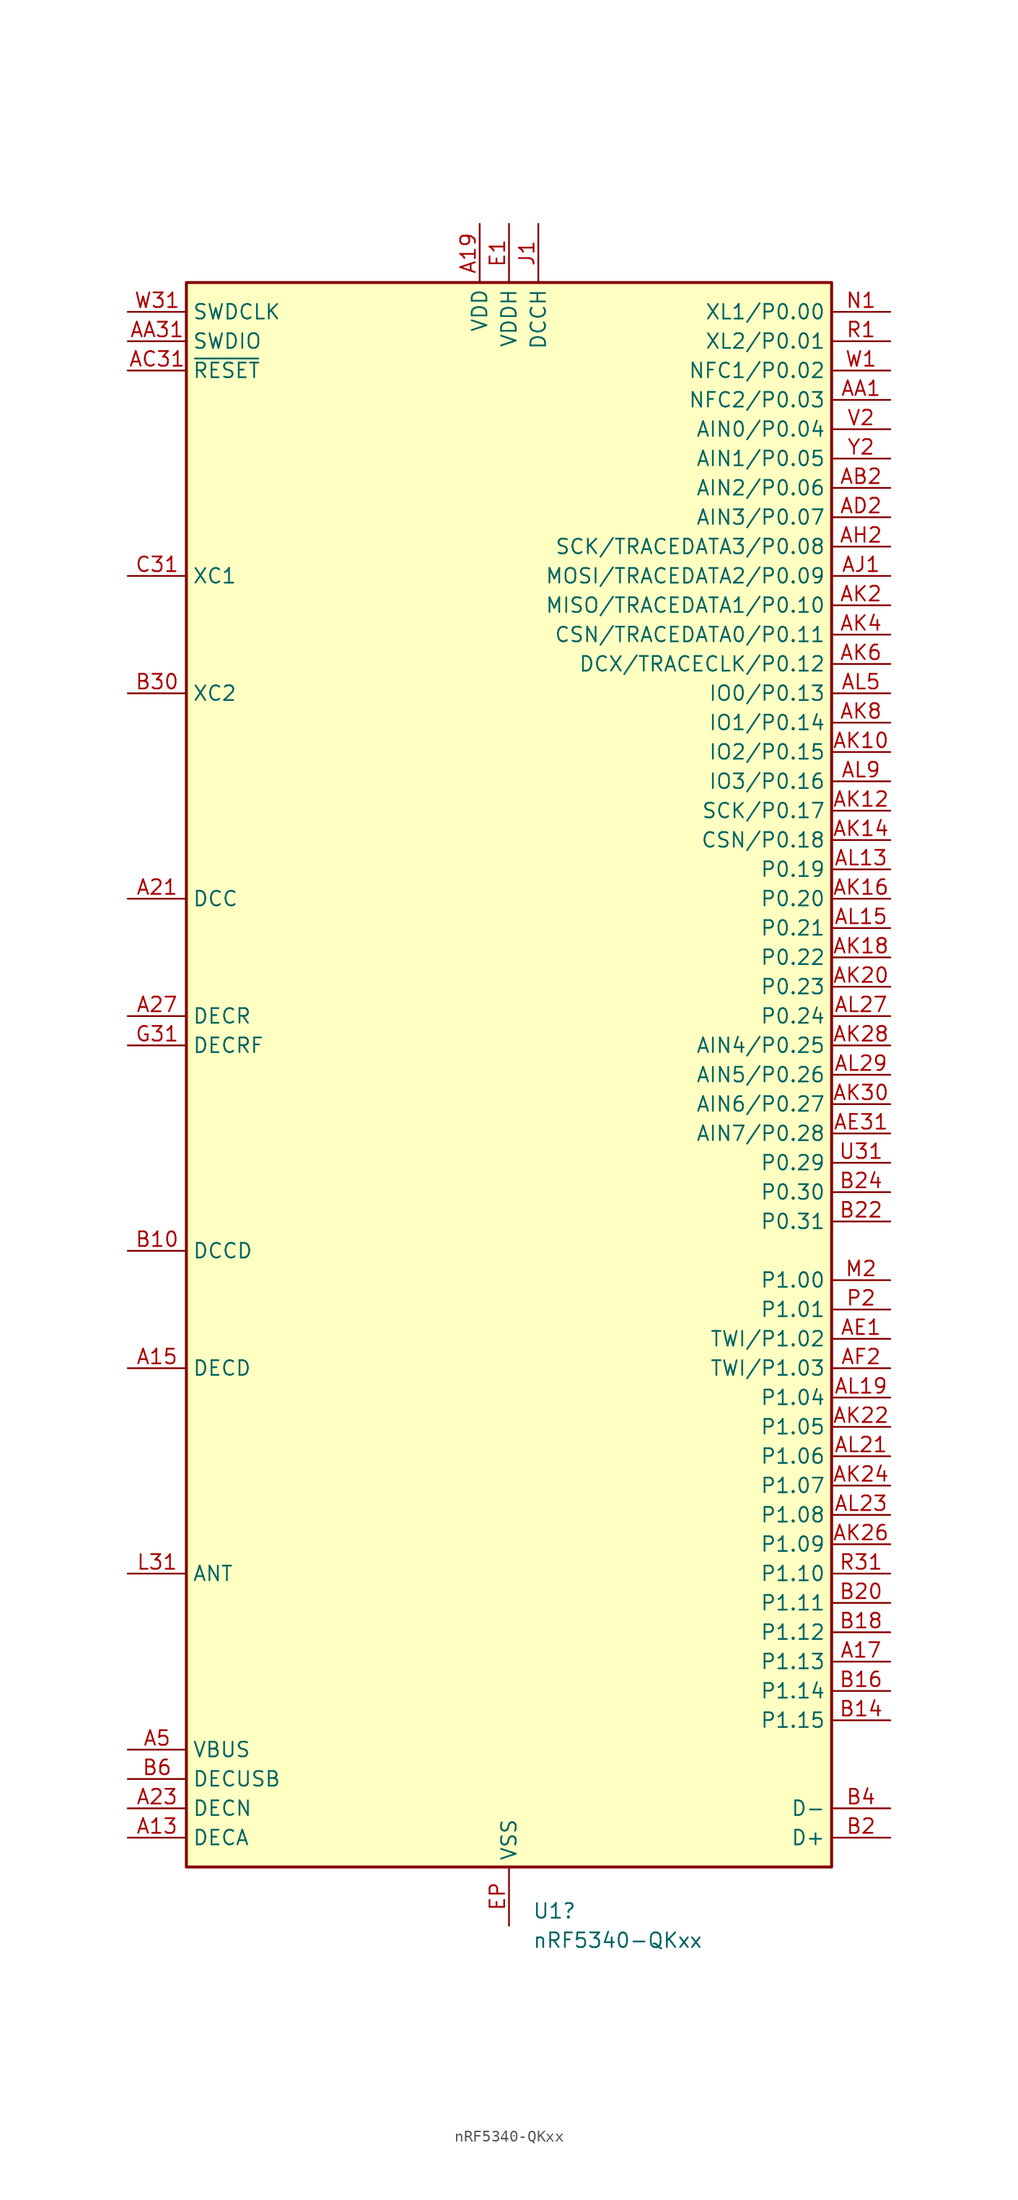
<source format=kicad_sym>
(kicad_symbol_lib
  (version 20231120)
  (generator "kicad_symbol_editor")
  (generator_version "8.0")
  (symbol "nRF5340-QKxx"
    (property "Reference" "U1"
      (at 2.019 -72.39 0)
      (effects (font (size 1.27 1.27)) (justify left)))
    (property "Value" "nRF5340-QKxx"
      (at 2.019 -74.93 0)
      (effects (font (size 1.27 1.27)) (justify left)))
    (symbol "nRF5340-QKxx_0_1"
      (rectangle (start -27.94 68.58) (end 27.94 -68.58) (stroke (width 0.254) (type default)) (fill (type background))))
    (symbol "nRF5340-QKxx_1_1"
      (pin passive line (at -33.02 -66.04 0) (length 5.08) (name "DECA" (effects (font (size 1.27 1.27)))) (number "A13" (effects (font (size 1.27 1.27)))))
      (pin passive line (at -33.02 -25.4 0) (length 5.08) (name "DECD" (effects (font (size 1.27 1.27)))) (number "A15" (effects (font (size 1.27 1.27)))))
      (pin bidirectional line (at 33.02 -50.8 180) (length 5.08) (name "P1.13" (effects (font (size 1.27 1.27)))) (number "A17" (effects (font (size 1.27 1.27)))))
      (pin power_in line (at -2.54 73.66 270) (length 5.08) (name "VDD" (effects (font (size 1.27 1.27)))) (number "A19" (effects (font (size 1.27 1.27)))))
      (pin power_out line (at -33.02 15.24 0) (length 5.08) (name "DCC" (effects (font (size 1.27 1.27)))) (number "A21" (effects (font (size 1.27 1.27)))))
      (pin passive line (at -33.02 -63.5 0) (length 5.08) (name "DECN" (effects (font (size 1.27 1.27)))) (number "A23" (effects (font (size 1.27 1.27)))))
      (pin no_connect line (at -27.94 58.42 0) (length 5.08) hide (name "NC" (effects (font (size 1.27 1.27)))) (number "A25" (effects (font (size 1.27 1.27)))))
      (pin passive line (at -33.02 5.08 0) (length 5.08) (name "DECR" (effects (font (size 1.27 1.27)))) (number "A27" (effects (font (size 1.27 1.27)))))
      (pin power_in line (at -33.02 -58.42 0) (length 5.08) (name "VBUS" (effects (font (size 1.27 1.27)))) (number "A5" (effects (font (size 1.27 1.27)))))
      (pin bidirectional line (at 33.02 58.42 180) (length 5.08) (name "NFC2/P0.03" (effects (font (size 1.27 1.27)))) (number "AA1" (effects (font (size 1.27 1.27)))))
      (pin bidirectional line (at -33.02 63.5 0) (length 5.08) (name "SWDIO" (effects (font (size 1.27 1.27)))) (number "AA31" (effects (font (size 1.27 1.27)))))
      (pin bidirectional line (at 33.02 50.8 180) (length 5.08) (name "AIN2/P0.06" (effects (font (size 1.27 1.27)))) (number "AB2" (effects (font (size 1.27 1.27)))))
      (pin passive line (at -2.54 73.66 270) (length 5.08) hide (name "VDD" (effects (font (size 1.27 1.27)))) (number "AC1" (effects (font (size 1.27 1.27)))))
      (pin input line (at -33.02 60.96 0) (length 5.08) (name "~{RESET}" (effects (font (size 1.27 1.27)))) (number "AC31" (effects (font (size 1.27 1.27)))))
      (pin bidirectional line (at 33.02 48.26 180) (length 5.08) (name "AIN3/P0.07" (effects (font (size 1.27 1.27)))) (number "AD2" (effects (font (size 1.27 1.27)))))
      (pin bidirectional line (at 33.02 -22.86 180) (length 5.08) (name "TWI/P1.02" (effects (font (size 1.27 1.27)))) (number "AE1" (effects (font (size 1.27 1.27)))))
      (pin bidirectional line (at 33.02 -5.08 180) (length 5.08) (name "AIN7/P0.28" (effects (font (size 1.27 1.27)))) (number "AE31" (effects (font (size 1.27 1.27)))))
      (pin bidirectional line (at 33.02 -25.4 180) (length 5.08) (name "TWI/P1.03" (effects (font (size 1.27 1.27)))) (number "AF2" (effects (font (size 1.27 1.27)))))
      (pin passive line (at -2.54 73.66 270) (length 5.08) hide (name "VDD" (effects (font (size 1.27 1.27)))) (number "AG1" (effects (font (size 1.27 1.27)))))
      (pin no_connect line (at -27.94 27.94 0) (length 5.08) hide (name "NC" (effects (font (size 1.27 1.27)))) (number "AG31" (effects (font (size 1.27 1.27)))))
      (pin bidirectional line (at 33.02 45.72 180) (length 5.08) (name "SCK/TRACEDATA3/P0.08" (effects (font (size 1.27 1.27)))) (number "AH2" (effects (font (size 1.27 1.27)))))
      (pin bidirectional line (at 33.02 43.18 180) (length 5.08) (name "MOSI/TRACEDATA2/P0.09" (effects (font (size 1.27 1.27)))) (number "AJ1" (effects (font (size 1.27 1.27)))))
      (pin passive line (at -2.54 73.66 270) (length 5.08) hide (name "VDD" (effects (font (size 1.27 1.27)))) (number "AJ31" (effects (font (size 1.27 1.27)))))
      (pin bidirectional line (at 33.02 27.94 180) (length 5.08) (name "IO2/P0.15" (effects (font (size 1.27 1.27)))) (number "AK10" (effects (font (size 1.27 1.27)))))
      (pin bidirectional line (at 33.02 22.86 180) (length 5.08) (name "SCK/P0.17" (effects (font (size 1.27 1.27)))) (number "AK12" (effects (font (size 1.27 1.27)))))
      (pin bidirectional line (at 33.02 20.32 180) (length 5.08) (name "CSN/P0.18" (effects (font (size 1.27 1.27)))) (number "AK14" (effects (font (size 1.27 1.27)))))
      (pin bidirectional line (at 33.02 15.24 180) (length 5.08) (name "P0.20" (effects (font (size 1.27 1.27)))) (number "AK16" (effects (font (size 1.27 1.27)))))
      (pin bidirectional line (at 33.02 10.16 180) (length 5.08) (name "P0.22" (effects (font (size 1.27 1.27)))) (number "AK18" (effects (font (size 1.27 1.27)))))
      (pin bidirectional line (at 33.02 40.64 180) (length 5.08) (name "MISO/TRACEDATA1/P0.10" (effects (font (size 1.27 1.27)))) (number "AK2" (effects (font (size 1.27 1.27)))))
      (pin bidirectional line (at 33.02 7.62 180) (length 5.08) (name "P0.23" (effects (font (size 1.27 1.27)))) (number "AK20" (effects (font (size 1.27 1.27)))))
      (pin bidirectional line (at 33.02 -30.48 180) (length 5.08) (name "P1.05" (effects (font (size 1.27 1.27)))) (number "AK22" (effects (font (size 1.27 1.27)))))
      (pin bidirectional line (at 33.02 -35.56 180) (length 5.08) (name "P1.07" (effects (font (size 1.27 1.27)))) (number "AK24" (effects (font (size 1.27 1.27)))))
      (pin bidirectional line (at 33.02 -40.64 180) (length 5.08) (name "P1.09" (effects (font (size 1.27 1.27)))) (number "AK26" (effects (font (size 1.27 1.27)))))
      (pin bidirectional line (at 33.02 2.54 180) (length 5.08) (name "AIN4/P0.25" (effects (font (size 1.27 1.27)))) (number "AK28" (effects (font (size 1.27 1.27)))))
      (pin bidirectional line (at 33.02 -2.54 180) (length 5.08) (name "AIN6/P0.27" (effects (font (size 1.27 1.27)))) (number "AK30" (effects (font (size 1.27 1.27)))))
      (pin bidirectional line (at 33.02 38.1 180) (length 5.08) (name "CSN/TRACEDATA0/P0.11" (effects (font (size 1.27 1.27)))) (number "AK4" (effects (font (size 1.27 1.27)))))
      (pin bidirectional line (at 33.02 35.56 180) (length 5.08) (name "DCX/TRACECLK/P0.12" (effects (font (size 1.27 1.27)))) (number "AK6" (effects (font (size 1.27 1.27)))))
      (pin bidirectional line (at 33.02 30.48 180) (length 5.08) (name "IO1/P0.14" (effects (font (size 1.27 1.27)))) (number "AK8" (effects (font (size 1.27 1.27)))))
      (pin passive line (at -2.54 73.66 270) (length 5.08) hide (name "VDD" (effects (font (size 1.27 1.27)))) (number "AL11" (effects (font (size 1.27 1.27)))))
      (pin bidirectional line (at 33.02 17.78 180) (length 5.08) (name "P0.19" (effects (font (size 1.27 1.27)))) (number "AL13" (effects (font (size 1.27 1.27)))))
      (pin bidirectional line (at 33.02 12.7 180) (length 5.08) (name "P0.21" (effects (font (size 1.27 1.27)))) (number "AL15" (effects (font (size 1.27 1.27)))))
      (pin passive line (at -2.54 73.66 270) (length 5.08) hide (name "VDD" (effects (font (size 1.27 1.27)))) (number "AL17" (effects (font (size 1.27 1.27)))))
      (pin bidirectional line (at 33.02 -27.94 180) (length 5.08) (name "P1.04" (effects (font (size 1.27 1.27)))) (number "AL19" (effects (font (size 1.27 1.27)))))
      (pin bidirectional line (at 33.02 -33.02 180) (length 5.08) (name "P1.06" (effects (font (size 1.27 1.27)))) (number "AL21" (effects (font (size 1.27 1.27)))))
      (pin bidirectional line (at 33.02 -38.1 180) (length 5.08) (name "P1.08" (effects (font (size 1.27 1.27)))) (number "AL23" (effects (font (size 1.27 1.27)))))
      (pin passive line (at -2.54 73.66 270) (length 5.08) hide (name "VDD" (effects (font (size 1.27 1.27)))) (number "AL25" (effects (font (size 1.27 1.27)))))
      (pin bidirectional line (at 33.02 5.08 180) (length 5.08) (name "P0.24" (effects (font (size 1.27 1.27)))) (number "AL27" (effects (font (size 1.27 1.27)))))
      (pin bidirectional line (at 33.02 0 180) (length 5.08) (name "AIN5/P0.26" (effects (font (size 1.27 1.27)))) (number "AL29" (effects (font (size 1.27 1.27)))))
      (pin passive line (at -2.54 73.66 270) (length 5.08) hide (name "VDD" (effects (font (size 1.27 1.27)))) (number "AL3" (effects (font (size 1.27 1.27)))))
      (pin bidirectional line (at 33.02 33.02 180) (length 5.08) (name "IO0/P0.13" (effects (font (size 1.27 1.27)))) (number "AL5" (effects (font (size 1.27 1.27)))))
      (pin passive line (at -2.54 73.66 270) (length 5.08) hide (name "VDD" (effects (font (size 1.27 1.27)))) (number "AL7" (effects (font (size 1.27 1.27)))))
      (pin bidirectional line (at 33.02 25.4 180) (length 5.08) (name "IO3/P0.16" (effects (font (size 1.27 1.27)))) (number "AL9" (effects (font (size 1.27 1.27)))))
      (pin power_out line (at -33.02 -15.24 0) (length 5.08) (name "DCCD" (effects (font (size 1.27 1.27)))) (number "B10" (effects (font (size 1.27 1.27)))))
      (pin no_connect line (at -27.94 55.88 0) (length 5.08) hide (name "NC" (effects (font (size 1.27 1.27)))) (number "B12" (effects (font (size 1.27 1.27)))))
      (pin bidirectional line (at 33.02 -55.88 180) (length 5.08) (name "P1.15" (effects (font (size 1.27 1.27)))) (number "B14" (effects (font (size 1.27 1.27)))))
      (pin bidirectional line (at 33.02 -53.34 180) (length 5.08) (name "P1.14" (effects (font (size 1.27 1.27)))) (number "B16" (effects (font (size 1.27 1.27)))))
      (pin bidirectional line (at 33.02 -48.26 180) (length 5.08) (name "P1.12" (effects (font (size 1.27 1.27)))) (number "B18" (effects (font (size 1.27 1.27)))))
      (pin bidirectional line (at 33.02 -66.04 180) (length 5.08) (name "D+" (effects (font (size 1.27 1.27)))) (number "B2" (effects (font (size 1.27 1.27)))))
      (pin bidirectional line (at 33.02 -45.72 180) (length 5.08) (name "P1.11" (effects (font (size 1.27 1.27)))) (number "B20" (effects (font (size 1.27 1.27)))))
      (pin bidirectional line (at 33.02 -12.7 180) (length 5.08) (name "P0.31" (effects (font (size 1.27 1.27)))) (number "B22" (effects (font (size 1.27 1.27)))))
      (pin bidirectional line (at 33.02 -10.16 180) (length 5.08) (name "P0.30" (effects (font (size 1.27 1.27)))) (number "B24" (effects (font (size 1.27 1.27)))))
      (pin no_connect line (at -27.94 53.34 0) (length 5.08) hide (name "NC" (effects (font (size 1.27 1.27)))) (number "B26" (effects (font (size 1.27 1.27)))))
      (pin passive line (at -2.54 73.66 270) (length 5.08) hide (name "VDD" (effects (font (size 1.27 1.27)))) (number "B28" (effects (font (size 1.27 1.27)))))
      (pin input line (at -33.02 33.02 0) (length 5.08) (name "XC2" (effects (font (size 1.27 1.27)))) (number "B30" (effects (font (size 1.27 1.27)))))
      (pin bidirectional line (at 33.02 -63.5 180) (length 5.08) (name "D-" (effects (font (size 1.27 1.27)))) (number "B4" (effects (font (size 1.27 1.27)))))
      (pin passive line (at -33.02 -60.96 0) (length 5.08) (name "DECUSB" (effects (font (size 1.27 1.27)))) (number "B6" (effects (font (size 1.27 1.27)))))
      (pin passive line (at -2.54 73.66 270) (length 5.08) hide (name "VDD" (effects (font (size 1.27 1.27)))) (number "B8" (effects (font (size 1.27 1.27)))))
      (pin passive line (at -2.54 73.66 270) (length 5.08) hide (name "VDD" (effects (font (size 1.27 1.27)))) (number "C1" (effects (font (size 1.27 1.27)))))
      (pin input line (at -33.02 43.18 0) (length 5.08) (name "XC1" (effects (font (size 1.27 1.27)))) (number "C31" (effects (font (size 1.27 1.27)))))
      (pin no_connect line (at -27.94 50.8 0) (length 5.08) hide (name "NC" (effects (font (size 1.27 1.27)))) (number "D2" (effects (font (size 1.27 1.27)))))
      (pin power_in line (at 0 73.66 270) (length 5.08) (name "VDDH" (effects (font (size 1.27 1.27)))) (number "E1" (effects (font (size 1.27 1.27)))))
      (pin passive line (at -2.54 73.66 270) (length 5.08) hide (name "VDD" (effects (font (size 1.27 1.27)))) (number "E31" (effects (font (size 1.27 1.27)))))
      (pin power_in line (at 0 -73.66 90) (length 5.08) (name "VSS" (effects (font (size 1.27 1.27)))) (number "EP" (effects (font (size 1.27 1.27)))))
      (pin no_connect line (at -27.94 48.26 0) (length 5.08) hide (name "NC" (effects (font (size 1.27 1.27)))) (number "F2" (effects (font (size 1.27 1.27)))))
      (pin no_connect line (at -27.94 45.72 0) (length 5.08) hide (name "NC" (effects (font (size 1.27 1.27)))) (number "G1" (effects (font (size 1.27 1.27)))))
      (pin passive line (at -33.02 2.54 0) (length 5.08) (name "DECRF" (effects (font (size 1.27 1.27)))) (number "G31" (effects (font (size 1.27 1.27)))))
      (pin no_connect line (at -27.94 40.64 0) (length 5.08) hide (name "NC" (effects (font (size 1.27 1.27)))) (number "H2" (effects (font (size 1.27 1.27)))))
      (pin passive line (at 2.54 73.66 270) (length 5.08) (name "DCCH" (effects (font (size 1.27 1.27)))) (number "J1" (effects (font (size 1.27 1.27)))))
      (pin no_connect line (at -27.94 38.1 0) (length 5.08) hide (name "NC" (effects (font (size 1.27 1.27)))) (number "J31" (effects (font (size 1.27 1.27)))))
      (pin no_connect line (at -27.94 35.56 0) (length 5.08) hide (name "NC" (effects (font (size 1.27 1.27)))) (number "K2" (effects (font (size 1.27 1.27)))))
      (pin passive line (at -2.54 73.66 270) (length 5.08) hide (name "VDD" (effects (font (size 1.27 1.27)))) (number "L1" (effects (font (size 1.27 1.27)))))
      (pin passive line (at -33.02 -43.18 0) (length 5.08) (name "ANT" (effects (font (size 1.27 1.27)))) (number "L31" (effects (font (size 1.27 1.27)))))
      (pin bidirectional line (at 33.02 -17.78 180) (length 5.08) (name "P1.00" (effects (font (size 1.27 1.27)))) (number "M2" (effects (font (size 1.27 1.27)))))
      (pin bidirectional line (at 33.02 66.04 180) (length 5.08) (name "XL1/P0.00" (effects (font (size 1.27 1.27)))) (number "N1" (effects (font (size 1.27 1.27)))))
      (pin passive line (at -2.54 73.66 270) (length 5.08) hide (name "VDD" (effects (font (size 1.27 1.27)))) (number "N31" (effects (font (size 1.27 1.27)))))
      (pin bidirectional line (at 33.02 -20.32 180) (length 5.08) (name "P1.01" (effects (font (size 1.27 1.27)))) (number "P2" (effects (font (size 1.27 1.27)))))
      (pin bidirectional line (at 33.02 63.5 180) (length 5.08) (name "XL2/P0.01" (effects (font (size 1.27 1.27)))) (number "R1" (effects (font (size 1.27 1.27)))))
      (pin bidirectional line (at 33.02 -43.18 180) (length 5.08) (name "P1.10" (effects (font (size 1.27 1.27)))) (number "R31" (effects (font (size 1.27 1.27)))))
      (pin no_connect line (at -27.94 30.48 0) (length 5.08) hide (name "NC" (effects (font (size 1.27 1.27)))) (number "T2" (effects (font (size 1.27 1.27)))))
      (pin passive line (at -2.54 73.66 270) (length 5.08) hide (name "VDD" (effects (font (size 1.27 1.27)))) (number "U1" (effects (font (size 1.27 1.27)))))
      (pin bidirectional line (at 33.02 -7.62 180) (length 5.08) (name "P0.29" (effects (font (size 1.27 1.27)))) (number "U31" (effects (font (size 1.27 1.27)))))
      (pin bidirectional line (at 33.02 55.88 180) (length 5.08) (name "AIN0/P0.04" (effects (font (size 1.27 1.27)))) (number "V2" (effects (font (size 1.27 1.27)))))
      (pin bidirectional line (at 33.02 60.96 180) (length 5.08) (name "NFC1/P0.02" (effects (font (size 1.27 1.27)))) (number "W1" (effects (font (size 1.27 1.27)))))
      (pin input line (at -33.02 66.04 0) (length 5.08) (name "SWDCLK" (effects (font (size 1.27 1.27)))) (number "W31" (effects (font (size 1.27 1.27)))))
      (pin bidirectional line (at 33.02 53.34 180) (length 5.08) (name "AIN1/P0.05" (effects (font (size 1.27 1.27)))) (number "Y2" (effects (font (size 1.27 1.27))))))))
</source>
